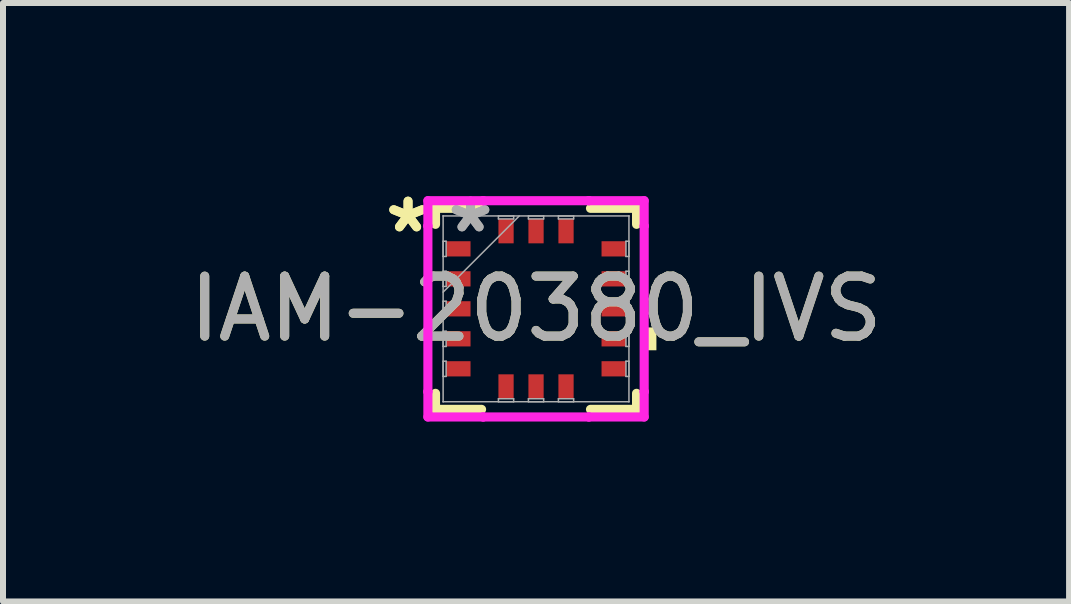
<source format=kicad_pcb>
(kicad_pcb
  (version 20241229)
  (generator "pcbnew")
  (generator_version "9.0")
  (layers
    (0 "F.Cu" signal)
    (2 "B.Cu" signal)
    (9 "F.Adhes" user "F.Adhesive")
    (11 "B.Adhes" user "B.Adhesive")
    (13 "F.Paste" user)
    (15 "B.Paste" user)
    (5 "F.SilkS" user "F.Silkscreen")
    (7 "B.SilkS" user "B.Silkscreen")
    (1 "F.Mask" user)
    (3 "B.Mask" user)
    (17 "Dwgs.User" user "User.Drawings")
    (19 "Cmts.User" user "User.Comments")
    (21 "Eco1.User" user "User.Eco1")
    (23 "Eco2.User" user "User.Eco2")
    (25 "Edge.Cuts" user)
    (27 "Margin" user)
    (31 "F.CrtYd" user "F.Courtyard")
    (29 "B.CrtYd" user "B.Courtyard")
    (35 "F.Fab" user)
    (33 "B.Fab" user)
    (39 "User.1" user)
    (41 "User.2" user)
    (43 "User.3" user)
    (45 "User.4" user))
  (footprint "IAM-20380_IVS"
    (layer "F.Cu")
    (at 5.887 2.099)
    (property "Reference" "IAM-20380_IVS" (at 0 0 0) (unlocked yes) (layer "F.SilkS") (effects (font (size 1 1) (thickness 0.15))))
    (attr smd)
    (fp_line (start -1.676 -1.676) (end -1.676 -1.409) (stroke (width 0.152) (type solid)) (layer "F.SilkS"))
    (fp_line (start -1.676 1.409) (end -1.676 1.676) (stroke (width 0.152) (type solid)) (layer "F.SilkS"))
    (fp_line (start -1.676 1.676) (end -0.908 1.676) (stroke (width 0.152) (type solid)) (layer "F.SilkS"))
    (fp_line (start -0.908 -1.676) (end -1.676 -1.676) (stroke (width 0.152) (type solid)) (layer "F.SilkS"))
    (fp_line (start 0.908 1.676) (end 1.676 1.676) (stroke (width 0.152) (type solid)) (layer "F.SilkS"))
    (fp_line (start 1.676 -1.676) (end 0.908 -1.676) (stroke (width 0.152) (type solid)) (layer "F.SilkS"))
    (fp_line (start 1.676 -1.409) (end 1.676 -1.676) (stroke (width 0.152) (type solid)) (layer "F.SilkS"))
    (fp_line (start 1.676 1.676) (end 1.676 1.409) (stroke (width 0.152) (type solid)) (layer "F.SilkS"))
    (fp_poly (pts (xy 2.007 0.31) (xy 2.007 0.691) (xy 1.753 0.691) (xy 1.753 0.31)) (stroke (width 0) (type solid)) (fill yes) (layer "F.SilkS"))
    (fp_line (start -1.803 -1.803) (end -0.881 -1.803) (stroke (width 0.152) (type solid)) (layer "F.CrtYd"))
    (fp_line (start -1.803 -1.381) (end -1.803 -1.803) (stroke (width 0.152) (type solid)) (layer "F.CrtYd"))
    (fp_line (start -1.803 -1.381) (end -1.803 -1.381) (stroke (width 0.152) (type solid)) (layer "F.CrtYd"))
    (fp_line (start -1.803 1.381) (end -1.803 -1.381) (stroke (width 0.152) (type solid)) (layer "F.CrtYd"))
    (fp_line (start -1.803 1.381) (end -1.803 1.381) (stroke (width 0.152) (type solid)) (layer "F.CrtYd"))
    (fp_line (start -1.803 1.803) (end -1.803 1.381) (stroke (width 0.152) (type solid)) (layer "F.CrtYd"))
    (fp_line (start -0.881 -1.803) (end -0.881 -1.803) (stroke (width 0.152) (type solid)) (layer "F.CrtYd"))
    (fp_line (start -0.881 -1.803) (end 0.881 -1.803) (stroke (width 0.152) (type solid)) (layer "F.CrtYd"))
    (fp_line (start -0.881 1.803) (end -1.803 1.803) (stroke (width 0.152) (type solid)) (layer "F.CrtYd"))
    (fp_line (start -0.881 1.803) (end -0.881 1.803) (stroke (width 0.152) (type solid)) (layer "F.CrtYd"))
    (fp_line (start 0.881 -1.803) (end 0.881 -1.803) (stroke (width 0.152) (type solid)) (layer "F.CrtYd"))
    (fp_line (start 0.881 -1.803) (end 1.803 -1.803) (stroke (width 0.152) (type solid)) (layer "F.CrtYd"))
    (fp_line (start 0.881 1.803) (end -0.881 1.803) (stroke (width 0.152) (type solid)) (layer "F.CrtYd"))
    (fp_line (start 0.881 1.803) (end 0.881 1.803) (stroke (width 0.152) (type solid)) (layer "F.CrtYd"))
    (fp_line (start 1.803 -1.803) (end 1.803 -1.381) (stroke (width 0.152) (type solid)) (layer "F.CrtYd"))
    (fp_line (start 1.803 -1.381) (end 1.803 -1.381) (stroke (width 0.152) (type solid)) (layer "F.CrtYd"))
    (fp_line (start 1.803 -1.381) (end 1.803 1.381) (stroke (width 0.152) (type solid)) (layer "F.CrtYd"))
    (fp_line (start 1.803 1.381) (end 1.803 1.381) (stroke (width 0.152) (type solid)) (layer "F.CrtYd"))
    (fp_line (start 1.803 1.381) (end 1.803 1.803) (stroke (width 0.152) (type solid)) (layer "F.CrtYd"))
    (fp_line (start 1.803 1.803) (end 0.881 1.803) (stroke (width 0.152) (type solid)) (layer "F.CrtYd"))
    (fp_line (start -1.549 -1.549) (end -1.549 -1.549) (stroke (width 0.025) (type solid)) (layer "F.Fab"))
    (fp_line (start -1.549 -1.549) (end -1.549 1.549) (stroke (width 0.025) (type solid)) (layer "F.Fab"))
    (fp_line (start -1.549 -1.127) (end -1.499 -1.127) (stroke (width 0.025) (type solid)) (layer "F.Fab"))
    (fp_line (start -1.549 -0.873) (end -1.549 -1.127) (stroke (width 0.025) (type solid)) (layer "F.Fab"))
    (fp_line (start -1.549 -0.627) (end -1.499 -0.627) (stroke (width 0.025) (type solid)) (layer "F.Fab"))
    (fp_line (start -1.549 -0.373) (end -1.549 -0.627) (stroke (width 0.025) (type solid)) (layer "F.Fab"))
    (fp_line (start -1.549 -0.279) (end -0.279 -1.549) (stroke (width 0.025) (type solid)) (layer "F.Fab"))
    (fp_line (start -1.549 -0.127) (end -1.499 -0.127) (stroke (width 0.025) (type solid)) (layer "F.Fab"))
    (fp_line (start -1.549 0.127) (end -1.549 -0.127) (stroke (width 0.025) (type solid)) (layer "F.Fab"))
    (fp_line (start -1.549 0.373) (end -1.499 0.373) (stroke (width 0.025) (type solid)) (layer "F.Fab"))
    (fp_line (start -1.549 0.627) (end -1.549 0.373) (stroke (width 0.025) (type solid)) (layer "F.Fab"))
    (fp_line (start -1.549 0.873) (end -1.499 0.873) (stroke (width 0.025) (type solid)) (layer "F.Fab"))
    (fp_line (start -1.549 1.127) (end -1.549 0.873) (stroke (width 0.025) (type solid)) (layer "F.Fab"))
    (fp_line (start -1.549 1.549) (end -1.549 1.549) (stroke (width 0.025) (type solid)) (layer "F.Fab"))
    (fp_line (start -1.549 1.549) (end 1.549 1.549) (stroke (width 0.025) (type solid)) (layer "F.Fab"))
    (fp_line (start -1.499 -1.127) (end -1.499 -0.873) (stroke (width 0.025) (type solid)) (layer "F.Fab"))
    (fp_line (start -1.499 -0.873) (end -1.549 -0.873) (stroke (width 0.025) (type solid)) (layer "F.Fab"))
    (fp_line (start -1.499 -0.627) (end -1.499 -0.373) (stroke (width 0.025) (type solid)) (layer "F.Fab"))
    (fp_line (start -1.499 -0.373) (end -1.549 -0.373) (stroke (width 0.025) (type solid)) (layer "F.Fab"))
    (fp_line (start -1.499 -0.127) (end -1.499 0.127) (stroke (width 0.025) (type solid)) (layer "F.Fab"))
    (fp_line (start -1.499 0.127) (end -1.549 0.127) (stroke (width 0.025) (type solid)) (layer "F.Fab"))
    (fp_line (start -1.499 0.373) (end -1.499 0.627) (stroke (width 0.025) (type solid)) (layer "F.Fab"))
    (fp_line (start -1.499 0.627) (end -1.549 0.627) (stroke (width 0.025) (type solid)) (layer "F.Fab"))
    (fp_line (start -1.499 0.873) (end -1.499 1.127) (stroke (width 0.025) (type solid)) (layer "F.Fab"))
    (fp_line (start -1.499 1.127) (end -1.549 1.127) (stroke (width 0.025) (type solid)) (layer "F.Fab"))
    (fp_line (start -0.627 -1.549) (end -0.373 -1.549) (stroke (width 0.025) (type solid)) (layer "F.Fab"))
    (fp_line (start -0.627 -1.499) (end -0.627 -1.549) (stroke (width 0.025) (type solid)) (layer "F.Fab"))
    (fp_line (start -0.627 1.499) (end -0.373 1.499) (stroke (width 0.025) (type solid)) (layer "F.Fab"))
    (fp_line (start -0.627 1.549) (end -0.627 1.499) (stroke (width 0.025) (type solid)) (layer "F.Fab"))
    (fp_line (start -0.373 -1.549) (end -0.373 -1.499) (stroke (width 0.025) (type solid)) (layer "F.Fab"))
    (fp_line (start -0.373 -1.499) (end -0.627 -1.499) (stroke (width 0.025) (type solid)) (layer "F.Fab"))
    (fp_line (start -0.373 1.499) (end -0.373 1.549) (stroke (width 0.025) (type solid)) (layer "F.Fab"))
    (fp_line (start -0.373 1.549) (end -0.627 1.549) (stroke (width 0.025) (type solid)) (layer "F.Fab"))
    (fp_line (start -0.127 -1.549) (end 0.127 -1.549) (stroke (width 0.025) (type solid)) (layer "F.Fab"))
    (fp_line (start -0.127 -1.499) (end -0.127 -1.549) (stroke (width 0.025) (type solid)) (layer "F.Fab"))
    (fp_line (start -0.127 1.499) (end 0.127 1.499) (stroke (width 0.025) (type solid)) (layer "F.Fab"))
    (fp_line (start -0.127 1.549) (end -0.127 1.499) (stroke (width 0.025) (type solid)) (layer "F.Fab"))
    (fp_line (start 0.127 -1.549) (end 0.127 -1.499) (stroke (width 0.025) (type solid)) (layer "F.Fab"))
    (fp_line (start 0.127 -1.499) (end -0.127 -1.499) (stroke (width 0.025) (type solid)) (layer "F.Fab"))
    (fp_line (start 0.127 1.499) (end 0.127 1.549) (stroke (width 0.025) (type solid)) (layer "F.Fab"))
    (fp_line (start 0.127 1.549) (end -0.127 1.549) (stroke (width 0.025) (type solid)) (layer "F.Fab"))
    (fp_line (start 0.373 -1.549) (end 0.627 -1.549) (stroke (width 0.025) (type solid)) (layer "F.Fab"))
    (fp_line (start 0.373 -1.499) (end 0.373 -1.549) (stroke (width 0.025) (type solid)) (layer "F.Fab"))
    (fp_line (start 0.373 1.499) (end 0.627 1.499) (stroke (width 0.025) (type solid)) (layer "F.Fab"))
    (fp_line (start 0.373 1.549) (end 0.373 1.499) (stroke (width 0.025) (type solid)) (layer "F.Fab"))
    (fp_line (start 0.627 -1.549) (end 0.627 -1.499) (stroke (width 0.025) (type solid)) (layer "F.Fab"))
    (fp_line (start 0.627 -1.499) (end 0.373 -1.499) (stroke (width 0.025) (type solid)) (layer "F.Fab"))
    (fp_line (start 0.627 1.499) (end 0.627 1.549) (stroke (width 0.025) (type solid)) (layer "F.Fab"))
    (fp_line (start 0.627 1.549) (end 0.373 1.549) (stroke (width 0.025) (type solid)) (layer "F.Fab"))
    (fp_line (start 1.499 -1.127) (end 1.549 -1.127) (stroke (width 0.025) (type solid)) (layer "F.Fab"))
    (fp_line (start 1.499 -0.873) (end 1.499 -1.127) (stroke (width 0.025) (type solid)) (layer "F.Fab"))
    (fp_line (start 1.499 -0.627) (end 1.549 -0.627) (stroke (width 0.025) (type solid)) (layer "F.Fab"))
    (fp_line (start 1.499 -0.373) (end 1.499 -0.627) (stroke (width 0.025) (type solid)) (layer "F.Fab"))
    (fp_line (start 1.499 -0.127) (end 1.549 -0.127) (stroke (width 0.025) (type solid)) (layer "F.Fab"))
    (fp_line (start 1.499 0.127) (end 1.499 -0.127) (stroke (width 0.025) (type solid)) (layer "F.Fab"))
    (fp_line (start 1.499 0.373) (end 1.549 0.373) (stroke (width 0.025) (type solid)) (layer "F.Fab"))
    (fp_line (start 1.499 0.627) (end 1.499 0.373) (stroke (width 0.025) (type solid)) (layer "F.Fab"))
    (fp_line (start 1.499 0.873) (end 1.549 0.873) (stroke (width 0.025) (type solid)) (layer "F.Fab"))
    (fp_line (start 1.499 1.127) (end 1.499 0.873) (stroke (width 0.025) (type solid)) (layer "F.Fab"))
    (fp_line (start 1.549 -1.549) (end -1.549 -1.549) (stroke (width 0.025) (type solid)) (layer "F.Fab"))
    (fp_line (start 1.549 -1.549) (end 1.549 -1.549) (stroke (width 0.025) (type solid)) (layer "F.Fab"))
    (fp_line (start 1.549 -1.127) (end 1.549 -0.873) (stroke (width 0.025) (type solid)) (layer "F.Fab"))
    (fp_line (start 1.549 -0.873) (end 1.499 -0.873) (stroke (width 0.025) (type solid)) (layer "F.Fab"))
    (fp_line (start 1.549 -0.627) (end 1.549 -0.373) (stroke (width 0.025) (type solid)) (layer "F.Fab"))
    (fp_line (start 1.549 -0.373) (end 1.499 -0.373) (stroke (width 0.025) (type solid)) (layer "F.Fab"))
    (fp_line (start 1.549 -0.127) (end 1.549 0.127) (stroke (width 0.025) (type solid)) (layer "F.Fab"))
    (fp_line (start 1.549 0.127) (end 1.499 0.127) (stroke (width 0.025) (type solid)) (layer "F.Fab"))
    (fp_line (start 1.549 0.373) (end 1.549 0.627) (stroke (width 0.025) (type solid)) (layer "F.Fab"))
    (fp_line (start 1.549 0.627) (end 1.499 0.627) (stroke (width 0.025) (type solid)) (layer "F.Fab"))
    (fp_line (start 1.549 0.873) (end 1.549 1.127) (stroke (width 0.025) (type solid)) (layer "F.Fab"))
    (fp_line (start 1.549 1.127) (end 1.499 1.127) (stroke (width 0.025) (type solid)) (layer "F.Fab"))
    (fp_line (start 1.549 1.549) (end 1.549 -1.549) (stroke (width 0.025) (type solid)) (layer "F.Fab"))
    (fp_line (start 1.549 1.549) (end 1.549 1.549) (stroke (width 0.025) (type solid)) (layer "F.Fab"))
    (fp_text user "*" (at -2.134 -1.25 0) (layer "F.SilkS") (effects (font (size 1 1) (thickness 0.15))))
    (fp_text user "*" (at -2.134 -1.25 0) (unlocked yes) (layer "F.SilkS") (effects (font (size 1 1) (thickness 0.15))))
    (fp_text user "${REFERENCE}" (at 0 0 0) (unlocked yes) (layer "F.Fab") (effects (font (size 1 1) (thickness 0.15))))
    (fp_text user "*" (at -1.092 -1.25 0) (layer "F.Fab") (effects (font (size 1 1) (thickness 0.15))))
    (fp_text user "*" (at -1.092 -1.25 0) (unlocked yes) (layer "F.Fab") (effects (font (size 1 1) (thickness 0.15))))
    (pad "1" smd rect (at -1.295 -1 90) (size 0.254 0.406) (layers "F.Cu" "F.Mask" "F.Paste"))
    (pad "2" smd rect (at -1.295 -0.5 90) (size 0.254 0.406) (layers "F.Cu" "F.Mask" "F.Paste"))
    (pad "3" smd rect (at -1.295 0 90) (size 0.254 0.406) (layers "F.Cu" "F.Mask" "F.Paste"))
    (pad "4" smd rect (at -1.295 0.5 90) (size 0.254 0.406) (layers "F.Cu" "F.Mask" "F.Paste"))
    (pad "5" smd rect (at -1.295 1 90) (size 0.254 0.406) (layers "F.Cu" "F.Mask" "F.Paste"))
    (pad "6" smd rect (at -0.5 1.295) (size 0.254 0.406) (layers "F.Cu" "F.Mask" "F.Paste"))
    (pad "7" smd rect (at 0 1.295) (size 0.254 0.406) (layers "F.Cu" "F.Mask" "F.Paste"))
    (pad "8" smd rect (at 0.5 1.295) (size 0.254 0.406) (layers "F.Cu" "F.Mask" "F.Paste"))
    (pad "9" smd rect (at 1.295 1 90) (size 0.254 0.406) (layers "F.Cu" "F.Mask" "F.Paste"))
    (pad "10" smd rect (at 1.295 0.5 90) (size 0.254 0.406) (layers "F.Cu" "F.Mask" "F.Paste"))
    (pad "11" smd rect (at 1.295 0 90) (size 0.254 0.406) (layers "F.Cu" "F.Mask" "F.Paste"))
    (pad "12" smd rect (at 1.295 -0.5 90) (size 0.254 0.406) (layers "F.Cu" "F.Mask" "F.Paste"))
    (pad "13" smd rect (at 1.295 -1 90) (size 0.254 0.406) (layers "F.Cu" "F.Mask" "F.Paste"))
    (pad "14" smd rect (at 0.5 -1.295) (size 0.254 0.406) (layers "F.Cu" "F.Mask" "F.Paste"))
    (pad "15" smd rect (at 0 -1.295) (size 0.254 0.406) (layers "F.Cu" "F.Mask" "F.Paste"))
    (pad "16" smd rect (at -0.5 -1.295) (size 0.254 0.406) (layers "F.Cu" "F.Mask" "F.Paste")))
  (gr_rect
    (start -3 -3)
    (end 14.774 6.978)
    (stroke (width 0.1) (type default))
    (fill no)
    (layer "Edge.Cuts")))
</source>
